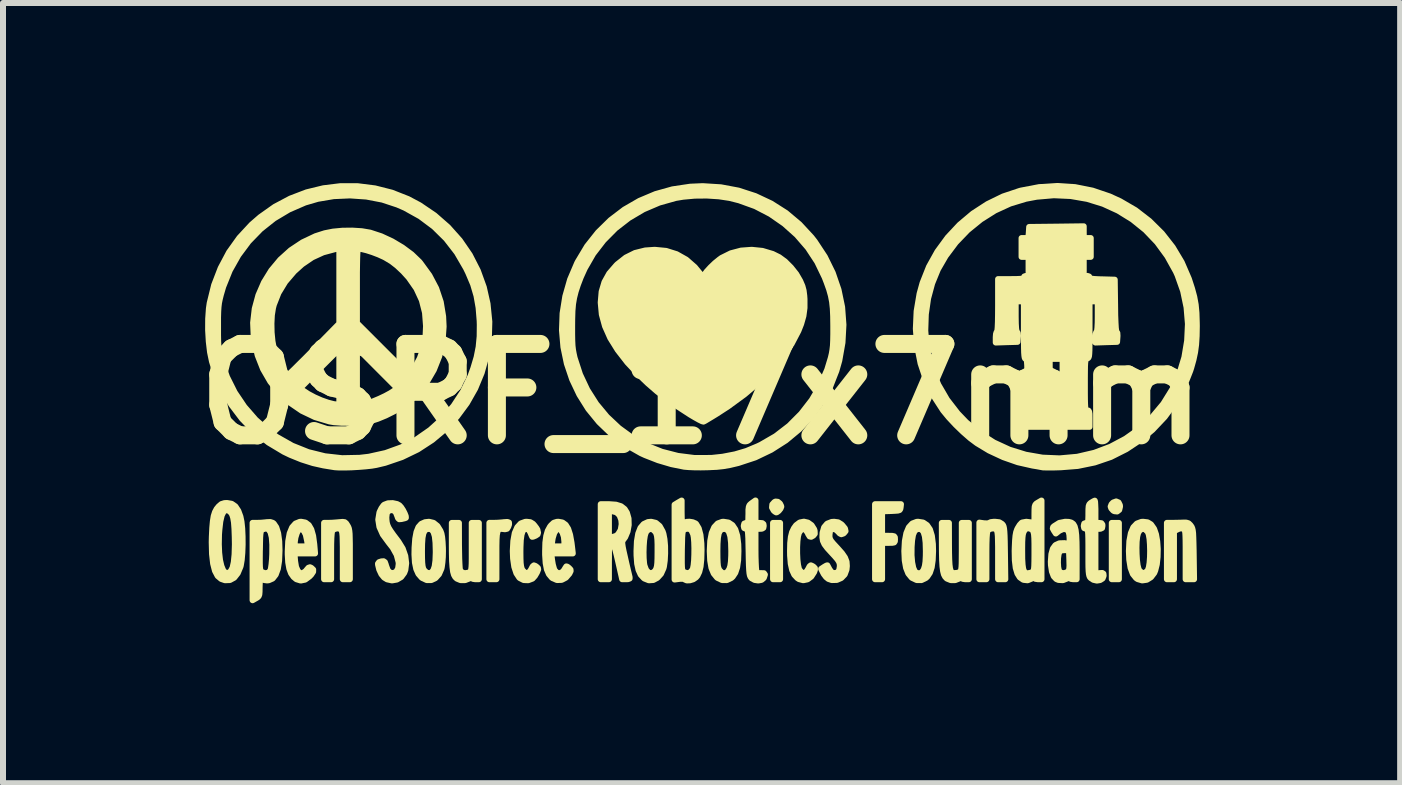
<source format=kicad_pcb>
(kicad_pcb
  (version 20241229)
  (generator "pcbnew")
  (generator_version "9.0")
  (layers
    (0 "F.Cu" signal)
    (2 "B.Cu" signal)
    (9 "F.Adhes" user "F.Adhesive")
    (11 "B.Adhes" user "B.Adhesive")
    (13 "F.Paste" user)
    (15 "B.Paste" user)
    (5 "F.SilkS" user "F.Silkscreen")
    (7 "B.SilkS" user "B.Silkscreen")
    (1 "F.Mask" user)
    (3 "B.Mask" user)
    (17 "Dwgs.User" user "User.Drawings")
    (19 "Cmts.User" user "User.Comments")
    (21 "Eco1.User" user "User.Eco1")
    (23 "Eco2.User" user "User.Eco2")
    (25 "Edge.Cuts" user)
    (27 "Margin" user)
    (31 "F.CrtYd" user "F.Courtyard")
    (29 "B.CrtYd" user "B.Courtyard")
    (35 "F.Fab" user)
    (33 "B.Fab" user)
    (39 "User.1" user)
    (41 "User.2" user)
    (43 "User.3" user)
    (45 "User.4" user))
  (footprint "OSRF_17x7mm"
    (layer "F.Cu")
    (at 8.643 3.517)
    (property "Reference" "OSRF_17x7mm" (at 0 0 0) (layer "F.SilkS") (effects (font (size 1.524 1.524) (thickness 0.3))))
    (attr through_hole)
    (fp_poly (pts (xy 1.309 3.087) (xy 1.25 3.087) (xy 1.192 3.087) (xy 1.192 2.618) (xy 1.192 2.149) (xy 1.25 2.149) (xy 1.309 2.149) (xy 1.309 2.618) (xy 1.309 3.087)) (stroke (width 0.1) (type solid)) (fill yes) (layer "F.SilkS"))
    (fp_poly (pts (xy 6.956 3.087) (xy 6.897 3.087) (xy 6.838 3.087) (xy 6.838 2.618) (xy 6.838 2.149) (xy 6.897 2.149) (xy 6.956 2.149) (xy 6.956 2.618) (xy 6.956 3.087)) (stroke (width 0.1) (type solid)) (fill yes) (layer "F.SilkS"))
    (fp_poly (pts (xy 6.975 1.876) (xy 6.962 1.931) (xy 6.927 1.958) (xy 6.88 1.953) (xy 6.861 1.942) (xy 6.829 1.906) (xy 6.819 1.876) (xy 6.834 1.837) (xy 6.861 1.809) (xy 6.911 1.791) (xy 6.951 1.808) (xy 6.973 1.853) (xy 6.975 1.876)) (stroke (width 0.1) (type solid)) (fill yes) (layer "F.SilkS"))
    (fp_poly (pts (xy 1.329 1.879) (xy 1.316 1.911) (xy 1.286 1.948) (xy 1.255 1.971) (xy 1.245 1.973) (xy 1.224 1.961) (xy 1.203 1.943) (xy 1.175 1.892) (xy 1.18 1.841) (xy 1.216 1.801) (xy 1.234 1.793) (xy 1.271 1.797) (xy 1.307 1.826) (xy 1.327 1.867) (xy 1.329 1.879)) (stroke (width 0.1) (type solid)) (fill yes) (layer "F.SilkS"))
    (fp_poly (pts (xy -3.208 2.172) (xy -3.222 2.213) (xy -3.242 2.246) (xy -3.276 2.254) (xy -3.301 2.251) (xy -3.338 2.247) (xy -3.367 2.251) (xy -3.388 2.266) (xy -3.402 2.297) (xy -3.412 2.35) (xy -3.417 2.428) (xy -3.419 2.535) (xy -3.419 2.677) (xy -3.419 2.689) (xy -3.419 3.087) (xy -3.478 3.087) (xy -3.536 3.087) (xy -3.536 2.617) (xy -3.536 2.148) (xy -3.463 2.148) (xy -3.396 2.146) (xy -3.319 2.14) (xy -3.297 2.137) (xy -3.237 2.133) (xy -3.21 2.142) (xy -3.208 2.172)) (stroke (width 0.1) (type solid)) (fill yes) (layer "F.SilkS"))
    (fp_poly (pts (xy 3.324 1.837) (xy 3.318 1.89) (xy 3.313 1.917) (xy 3.301 1.934) (xy 3.273 1.943) (xy 3.22 1.947) (xy 3.16 1.95) (xy 3.009 1.955) (xy 3.009 2.16) (xy 3.009 2.364) (xy 3.116 2.364) (xy 3.178 2.365) (xy 3.21 2.372) (xy 3.222 2.389) (xy 3.224 2.422) (xy 3.224 2.423) (xy 3.222 2.456) (xy 3.21 2.474) (xy 3.179 2.48) (xy 3.118 2.481) (xy 3.116 2.481) (xy 3.009 2.481) (xy 3.009 2.784) (xy 3.009 3.087) (xy 2.95 3.087) (xy 2.892 3.087) (xy 2.892 2.462) (xy 2.892 1.837) (xy 3.108 1.837) (xy 3.324 1.837)) (stroke (width 0.1) (type solid)) (fill yes) (layer "F.SilkS"))
    (fp_poly (pts (xy 8.209 3.087) (xy 8.139 3.087) (xy 8.069 3.087) (xy 8.069 2.677) (xy 8.069 2.541) (xy 8.068 2.438) (xy 8.066 2.364) (xy 8.063 2.313) (xy 8.057 2.281) (xy 8.049 2.262) (xy 8.038 2.251) (xy 8.03 2.247) (xy 7.989 2.237) (xy 7.939 2.253) (xy 7.933 2.257) (xy 7.874 2.287) (xy 7.874 2.687) (xy 7.874 3.087) (xy 7.815 3.087) (xy 7.757 3.087) (xy 7.757 2.617) (xy 7.757 2.148) (xy 7.84 2.148) (xy 7.914 2.147) (xy 7.996 2.145) (xy 8.018 2.144) (xy 8.079 2.144) (xy 8.117 2.155) (xy 8.147 2.184) (xy 8.155 2.195) (xy 8.169 2.215) (xy 8.179 2.239) (xy 8.187 2.272) (xy 8.193 2.32) (xy 8.196 2.387) (xy 8.199 2.48) (xy 8.202 2.604) (xy 8.203 2.668) (xy 8.209 3.087)) (stroke (width 0.1) (type solid)) (fill yes) (layer "F.SilkS"))
    (fp_poly (pts (xy -5.862 3.087) (xy -5.92 3.087) (xy -5.979 3.087) (xy -5.979 2.688) (xy -5.979 2.55) (xy -5.981 2.446) (xy -5.983 2.371) (xy -5.988 2.319) (xy -5.995 2.285) (xy -6.004 2.265) (xy -6.01 2.257) (xy -6.055 2.237) (xy -6.112 2.248) (xy -6.15 2.271) (xy -6.159 2.29) (xy -6.165 2.331) (xy -6.17 2.4) (xy -6.173 2.499) (xy -6.174 2.632) (xy -6.174 2.689) (xy -6.174 3.087) (xy -6.233 3.087) (xy -6.291 3.087) (xy -6.291 2.617) (xy -6.291 2.148) (xy -6.218 2.148) (xy -6.153 2.146) (xy -6.075 2.14) (xy -6.043 2.137) (xy -5.983 2.132) (xy -5.947 2.137) (xy -5.923 2.158) (xy -5.902 2.191) (xy -5.888 2.216) (xy -5.878 2.243) (xy -5.871 2.28) (xy -5.866 2.33) (xy -5.864 2.402) (xy -5.862 2.499) (xy -5.862 2.627) (xy -5.862 2.672) (xy -5.862 3.087)) (stroke (width 0.1) (type solid)) (fill yes) (layer "F.SilkS"))
    (fp_poly (pts (xy -3.712 3.087) (xy -3.771 3.087) (xy -3.812 3.081) (xy -3.83 3.067) (xy -3.83 3.066) (xy -3.843 3.061) (xy -3.873 3.076) (xy -3.94 3.102) (xy -4.017 3.102) (xy -4.078 3.077) (xy -4.105 3.051) (xy -4.126 3.014) (xy -4.141 2.961) (xy -4.151 2.886) (xy -4.158 2.785) (xy -4.161 2.653) (xy -4.162 2.525) (xy -4.162 2.149) (xy -4.103 2.149) (xy -4.044 2.149) (xy -4.043 2.516) (xy -4.041 2.635) (xy -4.039 2.743) (xy -4.035 2.833) (xy -4.031 2.898) (xy -4.027 2.931) (xy -3.998 2.971) (xy -3.948 2.988) (xy -3.888 2.979) (xy -3.87 2.97) (xy -3.856 2.961) (xy -3.846 2.948) (xy -3.839 2.923) (xy -3.834 2.884) (xy -3.831 2.824) (xy -3.83 2.737) (xy -3.83 2.62) (xy -3.83 2.549) (xy -3.83 2.149) (xy -3.771 2.149) (xy -3.712 2.149) (xy -3.712 2.618) (xy -3.712 3.087)) (stroke (width 0.1) (type solid)) (fill yes) (layer "F.SilkS"))
    (fp_poly (pts (xy 5.063 3.087) (xy 5.003 3.087) (xy 4.943 3.087) (xy 4.943 2.688) (xy 4.943 2.55) (xy 4.941 2.446) (xy 4.939 2.371) (xy 4.934 2.319) (xy 4.927 2.285) (xy 4.918 2.265) (xy 4.912 2.257) (xy 4.867 2.237) (xy 4.81 2.248) (xy 4.772 2.271) (xy 4.763 2.29) (xy 4.757 2.331) (xy 4.752 2.4) (xy 4.749 2.499) (xy 4.748 2.632) (xy 4.748 2.689) (xy 4.748 3.087) (xy 4.689 3.087) (xy 4.631 3.087) (xy 4.631 2.616) (xy 4.631 2.144) (xy 4.709 2.155) (xy 4.76 2.157) (xy 4.794 2.151) (xy 4.798 2.147) (xy 4.822 2.136) (xy 4.871 2.13) (xy 4.893 2.13) (xy 4.963 2.138) (xy 5.01 2.167) (xy 5.013 2.171) (xy 5.026 2.187) (xy 5.035 2.209) (xy 5.042 2.243) (xy 5.047 2.292) (xy 5.051 2.363) (xy 5.054 2.461) (xy 5.056 2.591) (xy 5.057 2.649) (xy 5.063 3.087)) (stroke (width 0.1) (type solid)) (fill yes) (layer "F.SilkS"))
    (fp_poly (pts (xy 4.455 3.087) (xy 4.396 3.087) (xy 4.355 3.081) (xy 4.338 3.067) (xy 4.338 3.066) (xy 4.324 3.061) (xy 4.294 3.076) (xy 4.228 3.102) (xy 4.154 3.102) (xy 4.089 3.076) (xy 4.085 3.072) (xy 4.06 3.045) (xy 4.04 3.007) (xy 4.026 2.952) (xy 4.016 2.875) (xy 4.01 2.773) (xy 4.007 2.641) (xy 4.006 2.516) (xy 4.005 2.149) (xy 4.064 2.149) (xy 4.123 2.149) (xy 4.124 2.486) (xy 4.125 2.639) (xy 4.128 2.757) (xy 4.133 2.845) (xy 4.141 2.907) (xy 4.153 2.947) (xy 4.169 2.971) (xy 4.191 2.983) (xy 4.205 2.986) (xy 4.261 2.982) (xy 4.297 2.97) (xy 4.311 2.961) (xy 4.321 2.948) (xy 4.328 2.923) (xy 4.333 2.884) (xy 4.336 2.824) (xy 4.337 2.737) (xy 4.338 2.62) (xy 4.338 2.549) (xy 4.338 2.149) (xy 4.396 2.149) (xy 4.455 2.149) (xy 4.455 2.618) (xy 4.455 3.087)) (stroke (width 0.1) (type solid)) (fill yes) (layer "F.SilkS"))
    (fp_poly (pts (xy 1.89 2.93) (xy 1.877 2.968) (xy 1.829 3.043) (xy 1.767 3.089) (xy 1.696 3.104) (xy 1.624 3.085) (xy 1.597 3.067) (xy 1.546 3.012) (xy 1.51 2.933) (xy 1.487 2.828) (xy 1.476 2.692) (xy 1.475 2.618) (xy 1.478 2.485) (xy 1.489 2.383) (xy 1.509 2.303) (xy 1.54 2.238) (xy 1.576 2.188) (xy 1.637 2.142) (xy 1.706 2.128) (xy 1.774 2.144) (xy 1.834 2.187) (xy 1.877 2.255) (xy 1.885 2.281) (xy 1.887 2.33) (xy 1.864 2.359) (xy 1.827 2.38) (xy 1.802 2.374) (xy 1.779 2.337) (xy 1.769 2.314) (xy 1.735 2.263) (xy 1.694 2.249) (xy 1.652 2.272) (xy 1.623 2.315) (xy 1.608 2.37) (xy 1.598 2.452) (xy 1.593 2.551) (xy 1.593 2.657) (xy 1.598 2.76) (xy 1.608 2.849) (xy 1.623 2.913) (xy 1.629 2.927) (xy 1.668 2.975) (xy 1.71 2.986) (xy 1.752 2.959) (xy 1.778 2.917) (xy 1.802 2.871) (xy 1.822 2.856) (xy 1.849 2.868) (xy 1.866 2.879) (xy 1.889 2.902) (xy 1.89 2.93)) (stroke (width 0.1) (type solid)) (fill yes) (layer "F.SilkS"))
    (fp_poly (pts (xy 3.859 2.618) (xy 3.853 2.77) (xy 3.836 2.889) (xy 3.806 2.979) (xy 3.762 3.045) (xy 3.739 3.066) (xy 3.739 2.618) (xy 3.735 2.478) (xy 3.723 2.374) (xy 3.702 2.302) (xy 3.67 2.261) (xy 3.628 2.247) (xy 3.626 2.247) (xy 3.581 2.257) (xy 3.548 2.29) (xy 3.524 2.349) (xy 3.509 2.44) (xy 3.501 2.551) (xy 3.5 2.688) (xy 3.51 2.806) (xy 3.529 2.899) (xy 3.556 2.96) (xy 3.56 2.965) (xy 3.594 2.984) (xy 3.628 2.989) (xy 3.665 2.979) (xy 3.694 2.943) (xy 3.707 2.916) (xy 3.723 2.865) (xy 3.733 2.794) (xy 3.738 2.697) (xy 3.739 2.618) (xy 3.739 3.066) (xy 3.737 3.067) (xy 3.665 3.102) (xy 3.586 3.101) (xy 3.51 3.065) (xy 3.499 3.056) (xy 3.446 2.991) (xy 3.409 2.898) (xy 3.387 2.775) (xy 3.38 2.618) (xy 3.389 2.452) (xy 3.414 2.32) (xy 3.455 2.222) (xy 3.513 2.159) (xy 3.587 2.131) (xy 3.611 2.13) (xy 3.694 2.143) (xy 3.758 2.186) (xy 3.807 2.258) (xy 3.839 2.363) (xy 3.856 2.501) (xy 3.859 2.618)) (stroke (width 0.1) (type solid)) (fill yes) (layer "F.SilkS"))
    (fp_poly (pts (xy 7.604 2.584) (xy 7.601 2.716) (xy 7.588 2.839) (xy 7.562 2.942) (xy 7.545 2.983) (xy 7.491 3.053) (xy 7.477 3.062) (xy 7.477 2.613) (xy 7.474 2.508) (xy 7.467 2.415) (xy 7.454 2.341) (xy 7.439 2.3) (xy 7.393 2.254) (xy 7.345 2.246) (xy 7.301 2.275) (xy 7.276 2.318) (xy 7.261 2.376) (xy 7.252 2.46) (xy 7.249 2.56) (xy 7.251 2.665) (xy 7.257 2.766) (xy 7.268 2.854) (xy 7.284 2.917) (xy 7.293 2.937) (xy 7.337 2.98) (xy 7.384 2.984) (xy 7.429 2.951) (xy 7.439 2.937) (xy 7.456 2.889) (xy 7.468 2.813) (xy 7.475 2.717) (xy 7.477 2.613) (xy 7.477 3.062) (xy 7.422 3.096) (xy 7.345 3.107) (xy 7.269 3.085) (xy 7.243 3.067) (xy 7.189 3) (xy 7.151 2.898) (xy 7.129 2.761) (xy 7.123 2.618) (xy 7.131 2.451) (xy 7.156 2.319) (xy 7.197 2.222) (xy 7.256 2.16) (xy 7.331 2.132) (xy 7.36 2.13) (xy 7.435 2.139) (xy 7.491 2.173) (xy 7.536 2.237) (xy 7.544 2.25) (xy 7.575 2.34) (xy 7.595 2.455) (xy 7.604 2.584)) (stroke (width 0.1) (type solid)) (fill yes) (layer "F.SilkS"))
    (fp_poly (pts (xy 0.615 2.618) (xy 0.61 2.77) (xy 0.593 2.889) (xy 0.563 2.979) (xy 0.519 3.045) (xy 0.496 3.066) (xy 0.496 2.618) (xy 0.492 2.478) (xy 0.48 2.374) (xy 0.458 2.302) (xy 0.427 2.261) (xy 0.385 2.247) (xy 0.382 2.247) (xy 0.34 2.254) (xy 0.308 2.278) (xy 0.286 2.324) (xy 0.273 2.396) (xy 0.266 2.498) (xy 0.264 2.618) (xy 0.265 2.73) (xy 0.268 2.811) (xy 0.273 2.867) (xy 0.283 2.906) (xy 0.297 2.934) (xy 0.298 2.937) (xy 0.344 2.982) (xy 0.392 2.99) (xy 0.436 2.962) (xy 0.464 2.916) (xy 0.48 2.865) (xy 0.49 2.794) (xy 0.495 2.697) (xy 0.496 2.618) (xy 0.496 3.066) (xy 0.494 3.067) (xy 0.421 3.102) (xy 0.342 3.101) (xy 0.266 3.065) (xy 0.256 3.056) (xy 0.203 2.991) (xy 0.165 2.898) (xy 0.144 2.775) (xy 0.137 2.618) (xy 0.145 2.45) (xy 0.17 2.317) (xy 0.212 2.22) (xy 0.27 2.158) (xy 0.345 2.131) (xy 0.368 2.13) (xy 0.45 2.143) (xy 0.515 2.186) (xy 0.563 2.258) (xy 0.595 2.363) (xy 0.612 2.502) (xy 0.615 2.618)) (stroke (width 0.1) (type solid)) (fill yes) (layer "F.SilkS"))
    (fp_poly (pts (xy -6.442 2.657) (xy -6.56 2.657) (xy -6.56 2.54) (xy -6.574 2.447) (xy -6.596 2.345) (xy -6.628 2.28) (xy -6.67 2.252) (xy -6.675 2.251) (xy -6.705 2.255) (xy -6.73 2.285) (xy -6.748 2.324) (xy -6.769 2.392) (xy -6.779 2.46) (xy -6.78 2.472) (xy -6.78 2.54) (xy -6.67 2.54) (xy -6.56 2.54) (xy -6.56 2.657) (xy -6.614 2.657) (xy -6.785 2.657) (xy -6.775 2.785) (xy -6.759 2.882) (xy -6.73 2.949) (xy -6.692 2.985) (xy -6.648 2.987) (xy -6.599 2.953) (xy -6.582 2.932) (xy -6.551 2.896) (xy -6.526 2.888) (xy -6.504 2.898) (xy -6.473 2.927) (xy -6.474 2.963) (xy -6.506 3.011) (xy -6.534 3.04) (xy -6.607 3.094) (xy -6.681 3.109) (xy -6.753 3.087) (xy -6.799 3.049) (xy -6.842 2.988) (xy -6.871 2.91) (xy -6.889 2.807) (xy -6.897 2.674) (xy -6.897 2.623) (xy -6.889 2.455) (xy -6.865 2.322) (xy -6.824 2.223) (xy -6.768 2.16) (xy -6.696 2.131) (xy -6.672 2.13) (xy -6.602 2.143) (xy -6.546 2.185) (xy -6.504 2.258) (xy -6.474 2.364) (xy -6.455 2.505) (xy -6.454 2.516) (xy -6.442 2.657)) (stroke (width 0.1) (type solid)) (fill yes) (layer "F.SilkS"))
    (fp_poly (pts (xy 1.056 3.01) (xy 1.041 3.057) (xy 1.035 3.069) (xy 1 3.098) (xy 0.945 3.108) (xy 0.885 3.099) (xy 0.835 3.072) (xy 0.829 3.066) (xy 0.816 3.048) (xy 0.806 3.024) (xy 0.799 2.988) (xy 0.794 2.935) (xy 0.79 2.858) (xy 0.787 2.752) (xy 0.785 2.636) (xy 0.782 2.503) (xy 0.78 2.405) (xy 0.776 2.335) (xy 0.772 2.29) (xy 0.765 2.263) (xy 0.756 2.251) (xy 0.745 2.247) (xy 0.741 2.247) (xy 0.711 2.234) (xy 0.703 2.198) (xy 0.713 2.16) (xy 0.742 2.149) (xy 0.763 2.146) (xy 0.774 2.13) (xy 0.78 2.093) (xy 0.781 2.028) (xy 0.782 2.004) (xy 0.782 1.929) (xy 0.788 1.882) (xy 0.8 1.852) (xy 0.824 1.829) (xy 0.84 1.817) (xy 0.899 1.775) (xy 0.899 1.962) (xy 0.899 2.149) (xy 0.967 2.149) (xy 1.013 2.153) (xy 1.032 2.169) (xy 1.036 2.198) (xy 1.03 2.231) (xy 1.007 2.245) (xy 0.967 2.247) (xy 0.899 2.247) (xy 0.899 2.594) (xy 0.9 2.708) (xy 0.903 2.809) (xy 0.907 2.891) (xy 0.912 2.946) (xy 0.916 2.967) (xy 0.95 2.986) (xy 0.994 2.986) (xy 1.04 2.987) (xy 1.056 3.01)) (stroke (width 0.1) (type solid)) (fill yes) (layer "F.SilkS"))
    (fp_poly (pts (xy 6.702 3.03) (xy 6.685 3.074) (xy 6.644 3.101) (xy 6.589 3.11) (xy 6.531 3.097) (xy 6.487 3.068) (xy 6.473 3.052) (xy 6.464 3.031) (xy 6.457 3.001) (xy 6.452 2.955) (xy 6.449 2.887) (xy 6.448 2.792) (xy 6.448 2.665) (xy 6.448 2.638) (xy 6.448 2.505) (xy 6.447 2.406) (xy 6.445 2.337) (xy 6.441 2.291) (xy 6.435 2.264) (xy 6.427 2.251) (xy 6.415 2.247) (xy 6.409 2.247) (xy 6.378 2.235) (xy 6.37 2.198) (xy 6.379 2.16) (xy 6.409 2.149) (xy 6.428 2.146) (xy 6.44 2.131) (xy 6.446 2.096) (xy 6.448 2.033) (xy 6.448 1.995) (xy 6.449 1.917) (xy 6.453 1.868) (xy 6.464 1.838) (xy 6.484 1.818) (xy 6.496 1.81) (xy 6.534 1.787) (xy 6.554 1.778) (xy 6.559 1.796) (xy 6.562 1.845) (xy 6.565 1.916) (xy 6.565 1.964) (xy 6.565 2.149) (xy 6.624 2.149) (xy 6.665 2.154) (xy 6.681 2.177) (xy 6.682 2.198) (xy 6.676 2.233) (xy 6.649 2.246) (xy 6.624 2.247) (xy 6.565 2.247) (xy 6.565 2.62) (xy 6.565 2.994) (xy 6.633 2.986) (xy 6.679 2.983) (xy 6.698 2.995) (xy 6.702 3.03) (xy 6.702 3.03)) (stroke (width 0.1) (type solid)) (fill yes) (layer "F.SilkS"))
    (fp_poly (pts (xy -4.31 2.618) (xy -4.312 2.715) (xy -4.319 2.806) (xy -4.329 2.88) (xy -4.335 2.909) (xy -4.376 3.003) (xy -4.43 3.063) (xy -4.43 2.618) (xy -4.434 2.478) (xy -4.445 2.374) (xy -4.466 2.303) (xy -4.497 2.261) (xy -4.538 2.247) (xy -4.541 2.247) (xy -4.584 2.254) (xy -4.615 2.278) (xy -4.637 2.324) (xy -4.651 2.396) (xy -4.658 2.498) (xy -4.66 2.618) (xy -4.659 2.73) (xy -4.656 2.811) (xy -4.65 2.867) (xy -4.641 2.906) (xy -4.627 2.934) (xy -4.625 2.937) (xy -4.58 2.98) (xy -4.529 2.987) (xy -4.5 2.974) (xy -4.47 2.938) (xy -4.448 2.874) (xy -4.435 2.777) (xy -4.43 2.645) (xy -4.43 2.618) (xy -4.43 3.063) (xy -4.434 3.068) (xy -4.504 3.101) (xy -4.579 3.102) (xy -4.654 3.067) (xy -4.668 3.056) (xy -4.719 2.997) (xy -4.755 2.916) (xy -4.777 2.81) (xy -4.785 2.673) (xy -4.783 2.561) (xy -4.772 2.413) (xy -4.751 2.3) (xy -4.718 2.218) (xy -4.671 2.165) (xy -4.608 2.137) (xy -4.542 2.13) (xy -4.467 2.148) (xy -4.402 2.2) (xy -4.352 2.281) (xy -4.335 2.327) (xy -4.324 2.384) (xy -4.316 2.467) (xy -4.311 2.562) (xy -4.31 2.618)) (stroke (width 0.1) (type solid)) (fill yes) (layer "F.SilkS"))
    (fp_poly (pts (xy -2.723 2.923) (xy -2.738 2.962) (xy -2.746 2.979) (xy -2.778 3.033) (xy -2.815 3.074) (xy -2.82 3.078) (xy -2.889 3.104) (xy -2.964 3.101) (xy -3.029 3.068) (xy -3.038 3.06) (xy -3.086 2.987) (xy -3.121 2.88) (xy -3.141 2.742) (xy -3.146 2.618) (xy -3.137 2.45) (xy -3.113 2.318) (xy -3.071 2.221) (xy -3.013 2.158) (xy -2.938 2.131) (xy -2.914 2.13) (xy -2.853 2.137) (xy -2.808 2.165) (xy -2.786 2.19) (xy -2.754 2.232) (xy -2.736 2.262) (xy -2.735 2.266) (xy -2.729 2.298) (xy -2.725 2.31) (xy -2.733 2.339) (xy -2.766 2.361) (xy -2.805 2.377) (xy -2.822 2.38) (xy -2.832 2.359) (xy -2.849 2.318) (xy -2.852 2.31) (xy -2.88 2.262) (xy -2.919 2.247) (xy -2.921 2.247) (xy -2.957 2.257) (xy -2.983 2.289) (xy -3.001 2.347) (xy -3.013 2.435) (xy -3.018 2.556) (xy -3.019 2.629) (xy -3.018 2.739) (xy -3.015 2.818) (xy -3.008 2.872) (xy -2.998 2.91) (xy -2.984 2.937) (xy -2.941 2.98) (xy -2.898 2.986) (xy -2.858 2.953) (xy -2.839 2.921) (xy -2.814 2.873) (xy -2.794 2.857) (xy -2.769 2.866) (xy -2.748 2.881) (xy -2.727 2.901) (xy -2.723 2.923)) (stroke (width 0.1) (type solid)) (fill yes) (layer "F.SilkS"))
    (fp_poly (pts (xy -0.607 2.656) (xy -0.613 2.775) (xy -0.627 2.875) (xy -0.635 2.906) (xy -0.676 2.997) (xy -0.733 3.06) (xy -0.733 2.618) (xy -0.733 2.506) (xy -0.736 2.425) (xy -0.742 2.369) (xy -0.752 2.331) (xy -0.766 2.302) (xy -0.767 2.3) (xy -0.813 2.255) (xy -0.862 2.248) (xy -0.908 2.277) (xy -0.93 2.31) (xy -0.945 2.36) (xy -0.957 2.438) (xy -0.964 2.534) (xy -0.967 2.637) (xy -0.965 2.736) (xy -0.958 2.822) (xy -0.952 2.857) (xy -0.925 2.931) (xy -0.886 2.975) (xy -0.84 2.989) (xy -0.794 2.968) (xy -0.767 2.937) (xy -0.753 2.908) (xy -0.743 2.871) (xy -0.737 2.816) (xy -0.734 2.738) (xy -0.733 2.629) (xy -0.733 2.618) (xy -0.733 3.06) (xy -0.735 3.063) (xy -0.804 3.1) (xy -0.878 3.105) (xy -0.951 3.076) (xy -0.963 3.067) (xy -1.014 3.012) (xy -1.05 2.933) (xy -1.073 2.828) (xy -1.083 2.692) (xy -1.084 2.618) (xy -1.077 2.455) (xy -1.055 2.326) (xy -1.018 2.231) (xy -0.964 2.168) (xy -0.893 2.135) (xy -0.84 2.13) (xy -0.762 2.148) (xy -0.698 2.202) (xy -0.649 2.29) (xy -0.635 2.331) (xy -0.618 2.42) (xy -0.608 2.533) (xy -0.607 2.656)) (stroke (width 0.1) (type solid)) (fill yes) (layer "F.SilkS"))
    (fp_poly (pts (xy -2.146 2.657) (xy -2.286 2.657) (xy -2.286 2.54) (xy -2.286 2.461) (xy -2.294 2.381) (xy -2.316 2.313) (xy -2.346 2.265) (xy -2.382 2.247) (xy -2.423 2.266) (xy -2.456 2.319) (xy -2.481 2.402) (xy -2.488 2.447) (xy -2.5 2.54) (xy -2.393 2.54) (xy -2.286 2.54) (xy -2.286 2.657) (xy -2.326 2.657) (xy -2.505 2.657) (xy -2.491 2.77) (xy -2.479 2.842) (xy -2.461 2.907) (xy -2.45 2.936) (xy -2.41 2.98) (xy -2.362 2.989) (xy -2.315 2.964) (xy -2.292 2.936) (xy -2.268 2.896) (xy -2.253 2.874) (xy -2.253 2.874) (xy -2.236 2.879) (xy -2.208 2.901) (xy -2.184 2.927) (xy -2.182 2.951) (xy -2.201 2.99) (xy -2.203 2.994) (xy -2.261 3.061) (xy -2.332 3.098) (xy -2.409 3.101) (xy -2.483 3.069) (xy -2.497 3.058) (xy -2.544 3.002) (xy -2.578 2.923) (xy -2.598 2.817) (xy -2.607 2.68) (xy -2.607 2.618) (xy -2.603 2.477) (xy -2.588 2.366) (xy -2.563 2.28) (xy -2.526 2.212) (xy -2.508 2.189) (xy -2.463 2.147) (xy -2.411 2.131) (xy -2.384 2.13) (xy -2.318 2.142) (xy -2.265 2.18) (xy -2.223 2.247) (xy -2.191 2.347) (xy -2.167 2.48) (xy -2.159 2.545) (xy -2.146 2.657)) (stroke (width 0.1) (type solid)) (fill yes) (layer "F.SilkS"))
    (fp_poly (pts (xy -7.649 2.511) (xy -7.654 2.645) (xy -7.664 2.764) (xy -7.68 2.859) (xy -7.686 2.88) (xy -7.731 2.987) (xy -7.778 3.047) (xy -7.778 2.507) (xy -7.78 2.384) (xy -7.785 2.245) (xy -7.793 2.14) (xy -7.806 2.064) (xy -7.823 2.009) (xy -7.848 1.972) (xy -7.879 1.946) (xy -7.926 1.933) (xy -7.965 1.959) (xy -7.997 2.022) (xy -8.021 2.123) (xy -8.037 2.263) (xy -8.043 2.342) (xy -8.046 2.504) (xy -8.04 2.647) (xy -8.026 2.769) (xy -8.003 2.867) (xy -7.974 2.938) (xy -7.939 2.979) (xy -7.898 2.988) (xy -7.854 2.96) (xy -7.848 2.954) (xy -7.817 2.897) (xy -7.796 2.804) (xy -7.783 2.674) (xy -7.778 2.507) (xy -7.778 3.047) (xy -7.79 3.062) (xy -7.862 3.101) (xy -7.943 3.104) (xy -8.007 3.082) (xy -8.065 3.033) (xy -8.11 2.947) (xy -8.141 2.826) (xy -8.159 2.667) (xy -8.164 2.472) (xy -8.162 2.38) (xy -8.155 2.234) (xy -8.145 2.122) (xy -8.131 2.035) (xy -8.11 1.969) (xy -8.082 1.916) (xy -8.048 1.874) (xy -8.003 1.835) (xy -7.952 1.819) (xy -7.909 1.817) (xy -7.832 1.83) (xy -7.77 1.873) (xy -7.721 1.947) (xy -7.686 2.042) (xy -7.668 2.128) (xy -7.656 2.242) (xy -7.65 2.373) (xy -7.649 2.511)) (stroke (width 0.1) (type solid)) (fill yes) (layer "F.SilkS"))
    (fp_poly (pts (xy -1.199 3.053) (xy -1.199 3.076) (xy -1.225 3.086) (xy -1.256 3.087) (xy -1.323 3.087) (xy -1.331 3.05) (xy -1.331 2.171) (xy -1.337 2.1) (xy -1.366 2.022) (xy -1.417 1.972) (xy -1.485 1.954) (xy -1.485 1.954) (xy -1.544 1.954) (xy -1.544 2.169) (xy -1.544 2.384) (xy -1.488 2.384) (xy -1.43 2.368) (xy -1.391 2.339) (xy -1.347 2.265) (xy -1.331 2.171) (xy -1.331 3.05) (xy -1.389 2.794) (xy -1.415 2.682) (xy -1.435 2.603) (xy -1.45 2.551) (xy -1.464 2.52) (xy -1.478 2.505) (xy -1.495 2.501) (xy -1.5 2.501) (xy -1.516 2.502) (xy -1.528 2.509) (xy -1.536 2.528) (xy -1.541 2.565) (xy -1.543 2.626) (xy -1.543 2.716) (xy -1.544 2.794) (xy -1.544 3.087) (xy -1.612 3.087) (xy -1.68 3.087) (xy -1.68 2.462) (xy -1.68 1.837) (xy -1.539 1.837) (xy -1.426 1.845) (xy -1.342 1.871) (xy -1.282 1.918) (xy -1.244 1.979) (xy -1.217 2.074) (xy -1.214 2.183) (xy -1.233 2.291) (xy -1.273 2.386) (xy -1.303 2.427) (xy -1.315 2.444) (xy -1.322 2.465) (xy -1.321 2.497) (xy -1.314 2.547) (xy -1.299 2.622) (xy -1.275 2.727) (xy -1.272 2.741) (xy -1.249 2.842) (xy -1.228 2.932) (xy -1.211 3.002) (xy -1.201 3.045) (xy -1.199 3.053)) (stroke (width 0.1) (type solid)) (fill yes) (layer "F.SilkS"))
    (fp_poly (pts (xy -7.034 2.609) (xy -7.041 2.779) (xy -7.062 2.913) (xy -7.098 3.011) (xy -7.148 3.075) (xy -7.154 3.078) (xy -7.154 2.51) (xy -7.163 2.39) (xy -7.184 2.305) (xy -7.216 2.256) (xy -7.259 2.24) (xy -7.309 2.254) (xy -7.326 2.263) (xy -7.339 2.276) (xy -7.347 2.299) (xy -7.353 2.336) (xy -7.357 2.394) (xy -7.359 2.479) (xy -7.361 2.597) (xy -7.362 2.609) (xy -7.363 2.732) (xy -7.363 2.821) (xy -7.361 2.883) (xy -7.356 2.923) (xy -7.348 2.948) (xy -7.337 2.962) (xy -7.333 2.965) (xy -7.277 2.988) (xy -7.224 2.98) (xy -7.187 2.945) (xy -7.177 2.908) (xy -7.167 2.84) (xy -7.159 2.751) (xy -7.155 2.667) (xy -7.154 2.51) (xy -7.154 3.078) (xy -7.213 3.104) (xy -7.241 3.107) (xy -7.289 3.101) (xy -7.317 3.088) (xy -7.317 3.087) (xy -7.339 3.066) (xy -7.354 3.084) (xy -7.363 3.139) (xy -7.366 3.219) (xy -7.367 3.296) (xy -7.371 3.343) (xy -7.382 3.371) (xy -7.403 3.391) (xy -7.425 3.404) (xy -7.483 3.437) (xy -7.483 2.792) (xy -7.483 2.148) (xy -7.41 2.148) (xy -7.341 2.146) (xy -7.265 2.139) (xy -7.253 2.137) (xy -7.189 2.134) (xy -7.147 2.147) (xy -7.13 2.16) (xy -7.088 2.222) (xy -7.057 2.321) (xy -7.039 2.454) (xy -7.034 2.609)) (stroke (width 0.1) (type solid)) (fill yes) (layer "F.SilkS"))
    (fp_poly (pts (xy 2.422 2.867) (xy 2.416 2.927) (xy 2.386 3.008) (xy 2.329 3.067) (xy 2.255 3.099) (xy 2.171 3.101) (xy 2.114 3.082) (xy 2.076 3.051) (xy 2.038 3.001) (xy 2.031 2.988) (xy 1.994 2.915) (xy 2.044 2.882) (xy 2.08 2.861) (xy 2.097 2.856) (xy 2.097 2.856) (xy 2.133 2.924) (xy 2.162 2.964) (xy 2.189 2.982) (xy 2.205 2.986) (xy 2.26 2.979) (xy 2.294 2.94) (xy 2.306 2.869) (xy 2.306 2.869) (xy 2.303 2.83) (xy 2.291 2.795) (xy 2.265 2.755) (xy 2.22 2.702) (xy 2.17 2.648) (xy 2.097 2.568) (xy 2.049 2.504) (xy 2.023 2.447) (xy 2.014 2.388) (xy 2.017 2.318) (xy 2.018 2.31) (xy 2.043 2.222) (xy 2.094 2.162) (xy 2.169 2.133) (xy 2.21 2.13) (xy 2.277 2.139) (xy 2.33 2.172) (xy 2.346 2.187) (xy 2.391 2.242) (xy 2.4 2.286) (xy 2.373 2.319) (xy 2.362 2.326) (xy 2.329 2.337) (xy 2.302 2.323) (xy 2.278 2.296) (xy 2.233 2.256) (xy 2.188 2.25) (xy 2.156 2.26) (xy 2.141 2.286) (xy 2.133 2.34) (xy 2.133 2.34) (xy 2.132 2.379) (xy 2.139 2.411) (xy 2.157 2.446) (xy 2.192 2.489) (xy 2.249 2.551) (xy 2.264 2.567) (xy 2.341 2.654) (xy 2.391 2.727) (xy 2.417 2.795) (xy 2.422 2.867)) (stroke (width 0.1) (type solid)) (fill yes) (layer "F.SilkS"))
    (fp_poly (pts (xy 0 2.601) (xy -0.004 2.754) (xy -0.016 2.874) (xy -0.038 2.964) (xy -0.069 3.029) (xy -0.092 3.056) (xy -0.119 3.075) (xy -0.119 2.569) (xy -0.122 2.47) (xy -0.129 2.388) (xy -0.138 2.34) (xy -0.168 2.273) (xy -0.21 2.243) (xy -0.265 2.249) (xy -0.275 2.254) (xy -0.292 2.263) (xy -0.305 2.276) (xy -0.314 2.299) (xy -0.319 2.336) (xy -0.323 2.394) (xy -0.325 2.479) (xy -0.328 2.597) (xy -0.328 2.609) (xy -0.329 2.731) (xy -0.329 2.82) (xy -0.327 2.882) (xy -0.323 2.922) (xy -0.315 2.947) (xy -0.303 2.962) (xy -0.298 2.966) (xy -0.241 2.988) (xy -0.189 2.975) (xy -0.15 2.928) (xy -0.143 2.911) (xy -0.132 2.856) (xy -0.124 2.774) (xy -0.12 2.674) (xy -0.119 2.569) (xy -0.119 3.075) (xy -0.138 3.088) (xy -0.194 3.105) (xy -0.246 3.107) (xy -0.28 3.092) (xy -0.282 3.089) (xy -0.307 3.08) (xy -0.354 3.08) (xy -0.371 3.082) (xy -0.449 3.092) (xy -0.449 2.469) (xy -0.449 1.845) (xy -0.391 1.81) (xy -0.332 1.776) (xy -0.332 1.972) (xy -0.33 2.075) (xy -0.323 2.14) (xy -0.31 2.168) (xy -0.292 2.161) (xy -0.283 2.149) (xy -0.253 2.132) (xy -0.202 2.129) (xy -0.146 2.138) (xy -0.1 2.158) (xy -0.09 2.167) (xy -0.047 2.239) (xy -0.018 2.348) (xy -0.003 2.491) (xy 0 2.601)) (stroke (width 0.1) (type solid)) (fill yes) (layer "F.SilkS"))
    (fp_poly (pts (xy 6.252 3.087) (xy 6.194 3.087) (xy 6.153 3.081) (xy 6.135 3.067) (xy 6.135 3.066) (xy 6.133 3.065) (xy 6.133 2.864) (xy 6.131 2.783) (xy 6.131 2.774) (xy 6.125 2.608) (xy 6.058 2.602) (xy 5.998 2.606) (xy 5.965 2.63) (xy 5.951 2.67) (xy 5.942 2.735) (xy 5.94 2.811) (xy 5.944 2.884) (xy 5.955 2.939) (xy 5.96 2.952) (xy 5.996 2.982) (xy 6.048 2.987) (xy 6.102 2.965) (xy 6.103 2.965) (xy 6.12 2.946) (xy 6.129 2.915) (xy 6.133 2.864) (xy 6.133 3.065) (xy 6.122 3.061) (xy 6.092 3.076) (xy 6.023 3.103) (xy 5.949 3.099) (xy 5.913 3.084) (xy 5.87 3.038) (xy 5.84 2.959) (xy 5.824 2.852) (xy 5.822 2.794) (xy 5.831 2.669) (xy 5.856 2.578) (xy 5.899 2.519) (xy 5.964 2.489) (xy 6.049 2.486) (xy 6.05 2.487) (xy 6.135 2.496) (xy 6.135 2.409) (xy 6.131 2.347) (xy 6.119 2.296) (xy 6.115 2.285) (xy 6.079 2.253) (xy 6.026 2.251) (xy 5.967 2.277) (xy 5.954 2.286) (xy 5.905 2.325) (xy 5.874 2.278) (xy 5.855 2.242) (xy 5.86 2.219) (xy 5.877 2.203) (xy 5.963 2.149) (xy 6.059 2.13) (xy 6.067 2.13) (xy 6.121 2.132) (xy 6.163 2.143) (xy 6.196 2.167) (xy 6.219 2.207) (xy 6.235 2.268) (xy 6.245 2.353) (xy 6.25 2.468) (xy 6.252 2.615) (xy 6.252 2.689) (xy 6.252 3.087)) (stroke (width 0.1) (type solid)) (fill yes) (layer "F.SilkS"))
    (fp_poly (pts (xy -4.923 2.821) (xy -4.937 2.933) (xy -4.956 2.982) (xy -5.007 3.051) (xy -5.079 3.093) (xy -5.16 3.107) (xy -5.241 3.089) (xy -5.29 3.059) (xy -5.336 3.003) (xy -5.372 2.926) (xy -5.391 2.848) (xy -5.393 2.828) (xy -5.375 2.803) (xy -5.335 2.79) (xy -5.299 2.788) (xy -5.278 2.803) (xy -5.263 2.844) (xy -5.258 2.863) (xy -5.23 2.939) (xy -5.19 2.979) (xy -5.138 2.986) (xy -5.135 2.986) (xy -5.087 2.961) (xy -5.057 2.907) (xy -5.047 2.831) (xy -5.05 2.799) (xy -5.081 2.681) (xy -5.148 2.56) (xy -5.217 2.472) (xy -5.312 2.342) (xy -5.369 2.215) (xy -5.388 2.094) (xy -5.369 1.977) (xy -5.364 1.963) (xy -5.335 1.904) (xy -5.302 1.858) (xy -5.289 1.846) (xy -5.226 1.822) (xy -5.148 1.819) (xy -5.074 1.835) (xy -5.036 1.856) (xy -5.007 1.888) (xy -4.975 1.937) (xy -4.948 1.99) (xy -4.93 2.036) (xy -4.928 2.062) (xy -4.929 2.064) (xy -4.951 2.072) (xy -4.995 2.082) (xy -4.996 2.083) (xy -5.039 2.087) (xy -5.059 2.069) (xy -5.069 2.039) (xy -5.095 1.973) (xy -5.132 1.94) (xy -5.168 1.934) (xy -5.217 1.947) (xy -5.246 1.986) (xy -5.254 2.055) (xy -5.252 2.097) (xy -5.247 2.143) (xy -5.236 2.184) (xy -5.217 2.228) (xy -5.185 2.28) (xy -5.137 2.348) (xy -5.069 2.438) (xy -5.051 2.462) (xy -4.981 2.576) (xy -4.938 2.699) (xy -4.923 2.821)) (stroke (width 0.1) (type solid)) (fill yes) (layer "F.SilkS"))
    (fp_poly (pts (xy 1.716 -1.582) (xy 1.716 -1.434) (xy 1.698 -1.301) (xy 1.66 -1.167) (xy 1.614 -1.051) (xy 1.503 -0.839) (xy 1.356 -0.625) (xy 1.174 -0.411) (xy 0.96 -0.2) (xy 0.716 0.006) (xy 0.444 0.205) (xy 0.255 0.328) (xy 0.175 0.377) (xy 0.107 0.418) (xy 0.057 0.448) (xy 0.033 0.46) (xy 0.009 0.454) (xy -0.042 0.429) (xy -0.11 0.391) (xy -0.191 0.343) (xy -0.2 0.337) (xy -0.405 0.204) (xy -0.583 0.079) (xy -0.742 -0.045) (xy -0.893 -0.176) (xy -1.036 -0.313) (xy -1.235 -0.525) (xy -1.396 -0.732) (xy -1.521 -0.933) (xy -1.609 -1.131) (xy -1.662 -1.326) (xy -1.68 -1.521) (xy -1.68 -1.529) (xy -1.665 -1.706) (xy -1.618 -1.865) (xy -1.538 -2.009) (xy -1.42 -2.145) (xy -1.403 -2.162) (xy -1.261 -2.274) (xy -1.108 -2.35) (xy -0.938 -2.392) (xy -0.78 -2.403) (xy -0.591 -2.385) (xy -0.416 -2.33) (xy -0.256 -2.24) (xy -0.113 -2.115) (xy -0.013 -1.993) (xy 0.012 -1.961) (xy 0.027 -1.958) (xy 0.044 -1.983) (xy 0.086 -2.041) (xy 0.149 -2.11) (xy 0.223 -2.181) (xy 0.298 -2.242) (xy 0.334 -2.268) (xy 0.489 -2.345) (xy 0.659 -2.39) (xy 0.837 -2.403) (xy 1.014 -2.385) (xy 1.185 -2.334) (xy 1.294 -2.28) (xy 1.392 -2.208) (xy 1.49 -2.11) (xy 1.578 -1.999) (xy 1.644 -1.885) (xy 1.646 -1.881) (xy 1.681 -1.799) (xy 1.701 -1.725) (xy 1.712 -1.639) (xy 1.716 -1.582)) (stroke (width 0.1) (type solid)) (fill yes) (layer "F.SilkS"))
    (fp_poly (pts (xy 5.666 3.087) (xy 5.608 3.087) (xy 5.566 3.081) (xy 5.549 3.067) (xy 5.549 3.066) (xy 5.549 2.62) (xy 5.549 2.494) (xy 5.547 2.402) (xy 5.542 2.338) (xy 5.532 2.295) (xy 5.517 2.268) (xy 5.495 2.252) (xy 5.464 2.241) (xy 5.457 2.239) (xy 5.42 2.237) (xy 5.389 2.265) (xy 5.379 2.279) (xy 5.365 2.306) (xy 5.355 2.342) (xy 5.349 2.392) (xy 5.345 2.465) (xy 5.344 2.567) (xy 5.344 2.617) (xy 5.345 2.75) (xy 5.351 2.848) (xy 5.361 2.917) (xy 5.378 2.96) (xy 5.402 2.983) (xy 5.434 2.989) (xy 5.484 2.98) (xy 5.511 2.969) (xy 5.525 2.959) (xy 5.535 2.942) (xy 5.542 2.913) (xy 5.546 2.866) (xy 5.548 2.794) (xy 5.549 2.692) (xy 5.549 2.62) (xy 5.549 3.066) (xy 5.536 3.061) (xy 5.505 3.076) (xy 5.435 3.105) (xy 5.364 3.097) (xy 5.305 3.056) (xy 5.265 2.992) (xy 5.237 2.899) (xy 5.222 2.774) (xy 5.219 2.615) (xy 5.221 2.551) (xy 5.226 2.441) (xy 5.233 2.362) (xy 5.244 2.303) (xy 5.26 2.257) (xy 5.271 2.235) (xy 5.303 2.183) (xy 5.334 2.149) (xy 5.345 2.142) (xy 5.413 2.13) (xy 5.485 2.139) (xy 5.511 2.15) (xy 5.53 2.157) (xy 5.541 2.151) (xy 5.547 2.125) (xy 5.549 2.071) (xy 5.549 2.008) (xy 5.55 1.928) (xy 5.553 1.877) (xy 5.563 1.847) (xy 5.581 1.827) (xy 5.608 1.81) (xy 5.666 1.776) (xy 5.666 2.431) (xy 5.666 3.087)) (stroke (width 0.1) (type solid)) (fill yes) (layer "F.SilkS"))
    (fp_poly (pts (xy 8.255 -1.133) (xy 8.252 -0.965) (xy 8.243 -0.823) (xy 8.226 -0.696) (xy 8.199 -0.57) (xy 8.161 -0.434) (xy 8.146 -0.388) (xy 8.107 -0.289) (xy 8.107 -1.167) (xy 8.084 -1.445) (xy 8.027 -1.717) (xy 7.934 -1.98) (xy 7.906 -2.042) (xy 7.763 -2.299) (xy 7.594 -2.53) (xy 7.399 -2.734) (xy 7.182 -2.909) (xy 6.946 -3.055) (xy 6.695 -3.17) (xy 6.43 -3.252) (xy 6.154 -3.3) (xy 5.871 -3.313) (xy 5.584 -3.288) (xy 5.404 -3.254) (xy 5.141 -3.174) (xy 4.889 -3.058) (xy 4.653 -2.909) (xy 4.434 -2.731) (xy 4.238 -2.527) (xy 4.068 -2.3) (xy 3.939 -2.077) (xy 3.844 -1.845) (xy 3.776 -1.593) (xy 3.738 -1.329) (xy 3.729 -1.059) (xy 3.75 -0.792) (xy 3.802 -0.535) (xy 3.838 -0.414) (xy 3.947 -0.154) (xy 4.091 0.094) (xy 4.268 0.323) (xy 4.409 0.47) (xy 4.632 0.656) (xy 4.873 0.809) (xy 5.131 0.928) (xy 5.402 1.012) (xy 5.682 1.061) (xy 5.969 1.073) (xy 6.258 1.047) (xy 6.27 1.045) (xy 6.549 0.98) (xy 6.817 0.879) (xy 7.069 0.745) (xy 7.302 0.58) (xy 7.512 0.385) (xy 7.696 0.165) (xy 7.705 0.151) (xy 7.853 -0.088) (xy 7.967 -0.344) (xy 8.048 -0.612) (xy 8.094 -0.888) (xy 8.107 -1.167) (xy 8.107 -0.289) (xy 8.037 -0.115) (xy 7.894 0.143) (xy 7.719 0.382) (xy 7.516 0.597) (xy 7.33 0.753) (xy 7.08 0.919) (xy 6.822 1.049) (xy 6.552 1.141) (xy 6.269 1.199) (xy 5.989 1.221) (xy 5.887 1.224) (xy 5.798 1.225) (xy 5.73 1.224) (xy 5.691 1.223) (xy 5.686 1.222) (xy 5.653 1.216) (xy 5.594 1.205) (xy 5.52 1.193) (xy 5.51 1.191) (xy 5.272 1.137) (xy 5.029 1.052) (xy 4.793 0.942) (xy 4.591 0.82) (xy 4.48 0.737) (xy 4.359 0.631) (xy 4.237 0.513) (xy 4.123 0.391) (xy 4.03 0.278) (xy 4.026 0.273) (xy 3.868 0.029) (xy 3.743 -0.233) (xy 3.651 -0.509) (xy 3.594 -0.795) (xy 3.572 -1.087) (xy 3.585 -1.38) (xy 3.634 -1.67) (xy 3.684 -1.851) (xy 3.791 -2.121) (xy 3.932 -2.374) (xy 4.103 -2.608) (xy 4.301 -2.82) (xy 4.523 -3.007) (xy 4.766 -3.165) (xy 5.026 -3.292) (xy 5.301 -3.384) (xy 5.323 -3.39) (xy 5.627 -3.448) (xy 5.927 -3.467) (xy 6.224 -3.448) (xy 6.515 -3.39) (xy 6.801 -3.293) (xy 6.975 -3.213) (xy 7.231 -3.064) (xy 7.464 -2.884) (xy 7.673 -2.677) (xy 7.853 -2.447) (xy 8.003 -2.196) (xy 8.119 -1.928) (xy 8.124 -1.915) (xy 8.175 -1.758) (xy 8.212 -1.621) (xy 8.236 -1.49) (xy 8.249 -1.352) (xy 8.254 -1.192) (xy 8.255 -1.133)) (stroke (width 0.1) (type solid)) (fill yes) (layer "F.SilkS"))
    (fp_poly (pts (xy -3.537 -1.205) (xy -3.545 -0.913) (xy -3.588 -0.628) (xy -3.665 -0.353) (xy -3.696 -0.278) (xy -3.696 -1.154) (xy -3.698 -1.219) (xy -3.716 -1.44) (xy -3.751 -1.638) (xy -3.807 -1.828) (xy -3.889 -2.022) (xy -3.927 -2.1) (xy -4.077 -2.358) (xy -4.255 -2.588) (xy -4.459 -2.789) (xy -4.689 -2.961) (xy -4.944 -3.103) (xy -5.068 -3.157) (xy -5.319 -3.24) (xy -5.585 -3.291) (xy -5.859 -3.31) (xy -6.132 -3.298) (xy -6.398 -3.253) (xy -6.61 -3.191) (xy -6.879 -3.074) (xy -7.127 -2.926) (xy -7.351 -2.748) (xy -7.55 -2.543) (xy -7.721 -2.313) (xy -7.863 -2.061) (xy -7.973 -1.788) (xy -8.013 -1.651) (xy -8.03 -1.582) (xy -8.043 -1.519) (xy -8.051 -1.453) (xy -8.056 -1.375) (xy -8.059 -1.277) (xy -8.059 -1.151) (xy -8.059 -1.114) (xy -8.059 -0.982) (xy -8.057 -0.881) (xy -8.053 -0.802) (xy -8.046 -0.736) (xy -8.035 -0.674) (xy -8.019 -0.609) (xy -8.005 -0.557) (xy -7.91 -0.284) (xy -7.781 -0.026) (xy -7.62 0.213) (xy -7.432 0.429) (xy -7.217 0.619) (xy -7.079 0.717) (xy -6.823 0.862) (xy -6.556 0.969) (xy -6.278 1.038) (xy -5.992 1.07) (xy -5.698 1.064) (xy -5.544 1.046) (xy -5.265 0.984) (xy -5 0.888) (xy -4.752 0.759) (xy -4.522 0.599) (xy -4.314 0.411) (xy -4.132 0.198) (xy -3.977 -0.038) (xy -3.852 -0.295) (xy -3.803 -0.43) (xy -3.749 -0.612) (xy -3.715 -0.783) (xy -3.698 -0.96) (xy -3.696 -1.154) (xy -3.696 -0.278) (xy -3.773 -0.092) (xy -3.912 0.153) (xy -4.079 0.379) (xy -4.272 0.585) (xy -4.49 0.767) (xy -4.731 0.924) (xy -4.994 1.051) (xy -5.275 1.147) (xy -5.422 1.182) (xy -5.499 1.195) (xy -5.599 1.206) (xy -5.713 1.215) (xy -5.831 1.222) (xy -5.942 1.225) (xy -6.036 1.225) (xy -6.104 1.221) (xy -6.116 1.22) (xy -6.159 1.213) (xy -6.227 1.202) (xy -6.301 1.19) (xy -6.476 1.151) (xy -6.665 1.091) (xy -6.853 1.015) (xy -6.961 0.963) (xy -7.218 0.809) (xy -7.451 0.625) (xy -7.658 0.413) (xy -7.837 0.177) (xy -7.986 -0.082) (xy -8.104 -0.362) (xy -8.16 -0.543) (xy -8.192 -0.697) (xy -8.213 -0.875) (xy -8.224 -1.065) (xy -8.223 -1.252) (xy -8.211 -1.424) (xy -8.198 -1.514) (xy -8.124 -1.815) (xy -8.015 -2.098) (xy -7.875 -2.362) (xy -7.702 -2.604) (xy -7.499 -2.823) (xy -7.355 -2.948) (xy -7.112 -3.12) (xy -6.854 -3.257) (xy -6.582 -3.361) (xy -6.302 -3.429) (xy -6.017 -3.464) (xy -5.73 -3.463) (xy -5.444 -3.427) (xy -5.164 -3.356) (xy -4.892 -3.249) (xy -4.702 -3.148) (xy -4.451 -2.978) (xy -4.226 -2.781) (xy -4.029 -2.56) (xy -3.863 -2.318) (xy -3.729 -2.056) (xy -3.629 -1.779) (xy -3.567 -1.504) (xy -3.537 -1.205)) (stroke (width 0.1) (type solid)) (fill yes) (layer "F.SilkS"))
    (fp_poly (pts (xy 2.365 -1.154) (xy 2.349 -0.857) (xy 2.296 -0.558) (xy 2.247 -0.386) (xy 2.196 -0.257) (xy 2.196 -1.133) (xy 2.194 -1.294) (xy 2.188 -1.425) (xy 2.176 -1.537) (xy 2.156 -1.64) (xy 2.127 -1.744) (xy 2.086 -1.859) (xy 2.052 -1.947) (xy 1.929 -2.202) (xy 1.774 -2.438) (xy 1.59 -2.651) (xy 1.38 -2.839) (xy 1.148 -3) (xy 0.896 -3.131) (xy 0.627 -3.228) (xy 0.469 -3.268) (xy 0.29 -3.295) (xy 0.09 -3.308) (xy -0.115 -3.306) (xy -0.31 -3.288) (xy -0.43 -3.268) (xy -0.707 -3.19) (xy -0.969 -3.078) (xy -1.213 -2.934) (xy -1.436 -2.761) (xy -1.634 -2.561) (xy -1.806 -2.338) (xy -1.947 -2.093) (xy -2.013 -1.947) (xy -2.062 -1.819) (xy -2.098 -1.709) (xy -2.124 -1.606) (xy -2.142 -1.501) (xy -2.152 -1.384) (xy -2.156 -1.244) (xy -2.157 -1.133) (xy -2.157 -0.996) (xy -2.155 -0.89) (xy -2.151 -0.806) (xy -2.143 -0.736) (xy -2.131 -0.671) (xy -2.116 -0.603) (xy -2.026 -0.326) (xy -1.905 -0.069) (xy -1.755 0.167) (xy -1.578 0.38) (xy -1.378 0.568) (xy -1.157 0.729) (xy -0.918 0.861) (xy -0.663 0.963) (xy -0.395 1.032) (xy -0.118 1.067) (xy 0.167 1.066) (xy 0.352 1.046) (xy 0.559 1.006) (xy 0.748 0.95) (xy 0.939 0.87) (xy 0.989 0.846) (xy 1.236 0.703) (xy 1.461 0.53) (xy 1.662 0.328) (xy 1.837 0.102) (xy 1.982 -0.144) (xy 2.096 -0.408) (xy 2.155 -0.603) (xy 2.171 -0.671) (xy 2.182 -0.736) (xy 2.19 -0.806) (xy 2.194 -0.891) (xy 2.196 -0.997) (xy 2.196 -1.133) (xy 2.196 -0.257) (xy 2.14 -0.113) (xy 1.999 0.141) (xy 1.827 0.376) (xy 1.629 0.587) (xy 1.405 0.773) (xy 1.159 0.93) (xy 0.894 1.057) (xy 0.612 1.15) (xy 0.595 1.154) (xy 0.473 1.183) (xy 0.365 1.202) (xy 0.254 1.214) (xy 0.124 1.22) (xy 0.098 1.221) (xy -0.013 1.223) (xy -0.122 1.222) (xy -0.216 1.218) (xy -0.285 1.212) (xy -0.287 1.212) (xy -0.501 1.169) (xy -0.724 1.103) (xy -0.939 1.019) (xy -1.009 0.987) (xy -1.268 0.84) (xy -1.502 0.665) (xy -1.708 0.467) (xy -1.887 0.248) (xy -2.036 0.01) (xy -2.156 -0.243) (xy -2.245 -0.507) (xy -2.302 -0.781) (xy -2.326 -1.061) (xy -2.316 -1.344) (xy -2.271 -1.627) (xy -2.191 -1.907) (xy -2.074 -2.181) (xy -2.061 -2.206) (xy -1.907 -2.463) (xy -1.724 -2.694) (xy -1.516 -2.898) (xy -1.285 -3.074) (xy -1.034 -3.219) (xy -0.766 -3.332) (xy -0.483 -3.411) (xy -0.188 -3.455) (xy 0.02 -3.464) (xy 0.322 -3.445) (xy 0.615 -3.39) (xy 0.895 -3.299) (xy 1.159 -3.175) (xy 1.406 -3.018) (xy 1.631 -2.829) (xy 1.833 -2.611) (xy 1.887 -2.542) (xy 2.055 -2.287) (xy 2.187 -2.018) (xy 2.283 -1.738) (xy 2.343 -1.449) (xy 2.365 -1.154)) (stroke (width 0.1) (type solid)) (fill yes) (layer "F.SilkS"))
    (fp_poly (pts (xy -4.299 -1.123) (xy -4.317 -0.871) (xy -4.372 -0.629) (xy -4.462 -0.402) (xy -4.585 -0.191) (xy -4.592 -0.183) (xy -4.592 -1.133) (xy -4.609 -1.356) (xy -4.662 -1.564) (xy -4.752 -1.758) (xy -4.878 -1.939) (xy -4.972 -2.043) (xy -5.073 -2.138) (xy -5.167 -2.211) (xy -5.267 -2.271) (xy -5.287 -2.282) (xy -5.381 -2.325) (xy -5.483 -2.364) (xy -5.583 -2.396) (xy -5.669 -2.417) (xy -5.72 -2.422) (xy -5.727 -2.414) (xy -5.733 -2.387) (xy -5.737 -2.339) (xy -5.74 -2.265) (xy -5.742 -2.162) (xy -5.744 -2.028) (xy -5.744 -1.859) (xy -5.744 -1.803) (xy -5.744 -1.182) (xy -5.31 -0.748) (xy -5.203 -0.641) (xy -5.105 -0.544) (xy -5.019 -0.459) (xy -4.949 -0.391) (xy -4.898 -0.342) (xy -4.869 -0.316) (xy -4.864 -0.313) (xy -4.85 -0.328) (xy -4.821 -0.368) (xy -4.789 -0.42) (xy -4.695 -0.597) (xy -4.633 -0.772) (xy -4.6 -0.957) (xy -4.592 -1.133) (xy -4.592 -0.183) (xy -4.74 -0.001) (xy -4.889 0.136) (xy -4.995 0.212) (xy -5.07 0.256) (xy -5.07 -0.096) (xy -5.407 -0.434) (xy -5.744 -0.772) (xy -5.744 -0.298) (xy -5.744 0.176) (xy -5.7 0.176) (xy -5.657 0.171) (xy -5.593 0.158) (xy -5.549 0.147) (xy -5.467 0.12) (xy -5.371 0.08) (xy -5.272 0.033) (xy -5.184 -0.015) (xy -5.121 -0.056) (xy -5.119 -0.058) (xy -5.07 -0.096) (xy -5.07 0.256) (xy -5.124 0.288) (xy -5.264 0.358) (xy -5.4 0.414) (xy -5.481 0.44) (xy -5.586 0.46) (xy -5.716 0.474) (xy -5.858 0.48) (xy -5.999 0.479) (xy -6.037 0.476) (xy -6.037 0.176) (xy -6.037 -0.288) (xy -6.037 -0.752) (xy -6.037 -1.174) (xy -6.037 -1.8) (xy -6.037 -2.427) (xy -6.111 -2.414) (xy -6.308 -2.361) (xy -6.489 -2.278) (xy -6.658 -2.163) (xy -6.791 -2.043) (xy -6.939 -1.87) (xy -7.052 -1.684) (xy -7.129 -1.488) (xy -7.143 -1.434) (xy -7.162 -1.314) (xy -7.169 -1.174) (xy -7.166 -1.025) (xy -7.152 -0.881) (xy -7.129 -0.756) (xy -7.114 -0.703) (xy -7.087 -0.635) (xy -7.051 -0.558) (xy -7.011 -0.48) (xy -6.971 -0.408) (xy -6.935 -0.352) (xy -6.908 -0.318) (xy -6.899 -0.313) (xy -6.881 -0.326) (xy -6.84 -0.364) (xy -6.779 -0.423) (xy -6.701 -0.501) (xy -6.609 -0.592) (xy -6.507 -0.695) (xy -6.46 -0.743) (xy -6.037 -1.174) (xy -6.037 -0.752) (xy -6.365 -0.424) (xy -6.692 -0.096) (xy -6.643 -0.058) (xy -6.557 -0.001) (xy -6.452 0.055) (xy -6.339 0.105) (xy -6.228 0.144) (xy -6.131 0.169) (xy -6.081 0.175) (xy -6.037 0.176) (xy -6.037 0.476) (xy -6.124 0.47) (xy -6.203 0.457) (xy -6.442 0.385) (xy -6.662 0.28) (xy -6.861 0.144) (xy -7.037 -0.019) (xy -7.187 -0.206) (xy -7.308 -0.415) (xy -7.398 -0.644) (xy -7.455 -0.889) (xy -7.464 -0.949) (xy -7.474 -1.188) (xy -7.447 -1.422) (xy -7.386 -1.647) (xy -7.293 -1.861) (xy -7.171 -2.059) (xy -7.021 -2.239) (xy -6.847 -2.396) (xy -6.65 -2.527) (xy -6.433 -2.63) (xy -6.28 -2.679) (xy -6.144 -2.706) (xy -5.986 -2.721) (xy -5.821 -2.723) (xy -5.663 -2.713) (xy -5.528 -2.69) (xy -5.52 -2.688) (xy -5.341 -2.629) (xy -5.16 -2.545) (xy -4.987 -2.442) (xy -4.832 -2.327) (xy -4.704 -2.204) (xy -4.686 -2.182) (xy -4.536 -1.976) (xy -4.423 -1.761) (xy -4.347 -1.534) (xy -4.307 -1.293) (xy -4.299 -1.123)) (stroke (width 0.1) (type solid)) (fill yes) (layer "F.SilkS"))
    (fp_poly (pts (xy 6.933 -0.972) (xy 6.932 -0.953) (xy 6.926 -0.869) (xy 6.746 -0.864) (xy 6.565 -0.858) (xy 6.565 -0.947) (xy 6.569 -1) (xy 6.579 -1.031) (xy 6.584 -1.036) (xy 6.593 -1.054) (xy 6.599 -1.108) (xy 6.603 -1.193) (xy 6.604 -1.29) (xy 6.604 -1.544) (xy 6.536 -1.544) (xy 6.467 -1.544) (xy 6.467 -1.073) (xy 6.467 -0.925) (xy 6.466 -0.812) (xy 6.465 -0.729) (xy 6.462 -0.67) (xy 6.458 -0.632) (xy 6.451 -0.61) (xy 6.442 -0.598) (xy 6.431 -0.593) (xy 6.428 -0.592) (xy 6.415 -0.587) (xy 6.406 -0.576) (xy 6.399 -0.555) (xy 6.394 -0.518) (xy 6.391 -0.461) (xy 6.39 -0.379) (xy 6.389 -0.266) (xy 6.389 -0.154) (xy 6.389 -0.014) (xy 6.39 0.091) (xy 6.392 0.167) (xy 6.395 0.218) (xy 6.4 0.25) (xy 6.407 0.266) (xy 6.417 0.273) (xy 6.428 0.274) (xy 6.449 0.277) (xy 6.46 0.294) (xy 6.466 0.332) (xy 6.467 0.399) (xy 6.467 0.41) (xy 6.467 0.547) (xy 6.213 0.547) (xy 5.959 0.547) (xy 5.959 0.41) (xy 5.961 0.336) (xy 5.967 0.293) (xy 5.979 0.276) (xy 5.989 0.274) (xy 5.998 0.269) (xy 6.006 0.252) (xy 6.011 0.218) (xy 6.014 0.163) (xy 6.017 0.082) (xy 6.018 -0.029) (xy 6.018 -0.156) (xy 6.018 -0.586) (xy 5.91 -0.586) (xy 5.803 -0.586) (xy 5.803 -0.156) (xy 5.803 -0.016) (xy 5.804 0.09) (xy 5.805 0.166) (xy 5.808 0.218) (xy 5.813 0.249) (xy 5.821 0.266) (xy 5.831 0.273) (xy 5.842 0.274) (xy 5.863 0.277) (xy 5.874 0.294) (xy 5.88 0.332) (xy 5.881 0.399) (xy 5.881 0.41) (xy 5.881 0.547) (xy 5.627 0.547) (xy 5.373 0.547) (xy 5.373 0.41) (xy 5.375 0.336) (xy 5.381 0.293) (xy 5.393 0.276) (xy 5.402 0.274) (xy 5.412 0.269) (xy 5.419 0.252) (xy 5.425 0.218) (xy 5.428 0.163) (xy 5.43 0.082) (xy 5.431 -0.029) (xy 5.432 -0.156) (xy 5.431 -0.298) (xy 5.43 -0.406) (xy 5.428 -0.484) (xy 5.424 -0.536) (xy 5.419 -0.567) (xy 5.411 -0.583) (xy 5.402 -0.586) (xy 5.393 -0.591) (xy 5.386 -0.607) (xy 5.381 -0.639) (xy 5.377 -0.692) (xy 5.375 -0.77) (xy 5.374 -0.877) (xy 5.373 -1.017) (xy 5.373 -1.065) (xy 5.373 -1.544) (xy 5.305 -1.544) (xy 5.236 -1.544) (xy 5.236 -1.29) (xy 5.238 -1.172) (xy 5.243 -1.09) (xy 5.25 -1.045) (xy 5.257 -1.036) (xy 5.269 -1.018) (xy 5.273 -0.971) (xy 5.272 -0.953) (xy 5.266 -0.869) (xy 5.085 -0.864) (xy 4.904 -0.858) (xy 4.904 -0.947) (xy 4.908 -1) (xy 4.918 -1.031) (xy 4.924 -1.036) (xy 4.931 -1.055) (xy 4.936 -1.111) (xy 4.94 -1.203) (xy 4.942 -1.327) (xy 4.943 -1.475) (xy 4.943 -1.915) (xy 5.158 -1.915) (xy 5.254 -1.916) (xy 5.318 -1.919) (xy 5.354 -1.925) (xy 5.371 -1.935) (xy 5.373 -1.944) (xy 5.38 -1.959) (xy 5.406 -1.968) (xy 5.457 -1.972) (xy 5.539 -1.973) (xy 5.622 -1.975) (xy 5.673 -1.979) (xy 5.698 -1.988) (xy 5.705 -2.003) (xy 5.697 -2.019) (xy 5.666 -2.028) (xy 5.607 -2.032) (xy 5.578 -2.032) (xy 5.451 -2.032) (xy 5.451 -2.159) (xy 5.451 -2.286) (xy 5.393 -2.286) (xy 5.334 -2.286) (xy 5.334 -2.442) (xy 5.334 -2.599) (xy 5.392 -2.599) (xy 5.426 -2.601) (xy 5.444 -2.616) (xy 5.452 -2.654) (xy 5.455 -2.691) (xy 5.461 -2.784) (xy 5.915 -2.789) (xy 6.37 -2.795) (xy 6.37 -2.697) (xy 6.371 -2.639) (xy 6.379 -2.61) (xy 6.399 -2.6) (xy 6.428 -2.599) (xy 6.487 -2.599) (xy 6.487 -2.442) (xy 6.487 -2.286) (xy 6.428 -2.286) (xy 6.37 -2.286) (xy 6.37 -2.159) (xy 6.37 -2.032) (xy 6.243 -2.032) (xy 6.171 -2.03) (xy 6.132 -2.023) (xy 6.116 -2.009) (xy 6.116 -2.003) (xy 6.122 -1.988) (xy 6.147 -1.979) (xy 6.197 -1.975) (xy 6.279 -1.973) (xy 6.291 -1.973) (xy 6.378 -1.972) (xy 6.431 -1.968) (xy 6.459 -1.959) (xy 6.467 -1.946) (xy 6.467 -1.945) (xy 6.474 -1.931) (xy 6.5 -1.922) (xy 6.551 -1.916) (xy 6.631 -1.912) (xy 6.677 -1.911) (xy 6.887 -1.905) (xy 6.893 -1.47) (xy 6.895 -1.311) (xy 6.9 -1.186) (xy 6.905 -1.099) (xy 6.912 -1.048) (xy 6.918 -1.036) (xy 6.93 -1.018) (xy 6.933 -0.972)) (stroke (width 0.1) (type solid)) (fill yes) (layer "F.SilkS")))
  (gr_rect
    (start -3 -3)
    (end 20.287 10.004)
    (stroke (width 0.1) (type default))
    (fill no)
    (layer "Edge.Cuts")))
</source>
